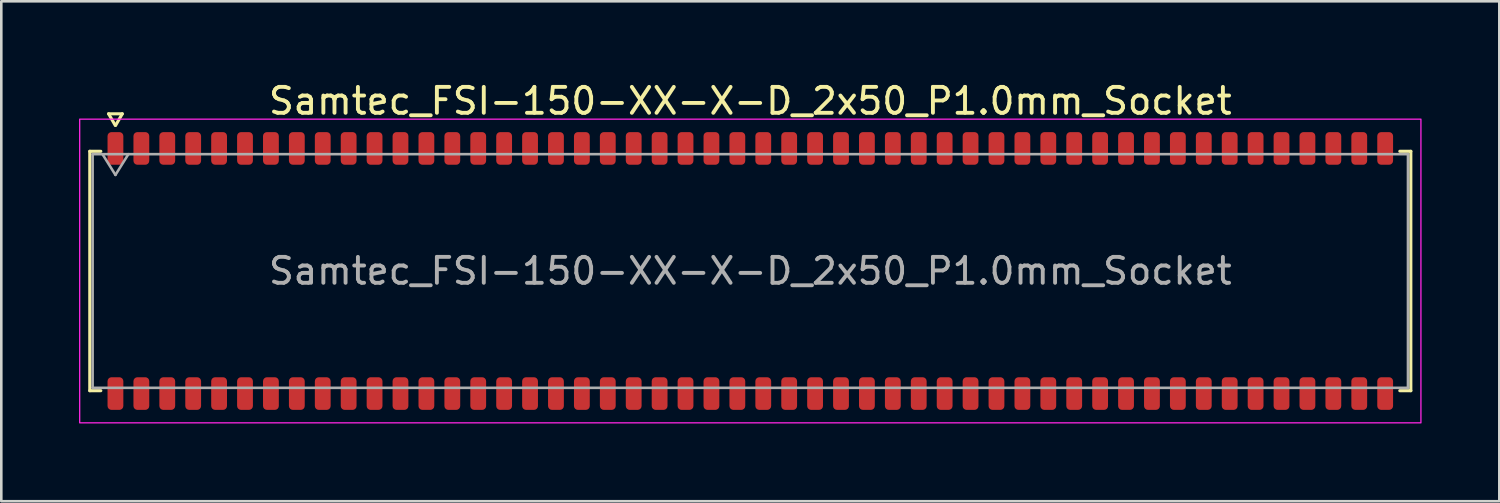
<source format=kicad_pcb>
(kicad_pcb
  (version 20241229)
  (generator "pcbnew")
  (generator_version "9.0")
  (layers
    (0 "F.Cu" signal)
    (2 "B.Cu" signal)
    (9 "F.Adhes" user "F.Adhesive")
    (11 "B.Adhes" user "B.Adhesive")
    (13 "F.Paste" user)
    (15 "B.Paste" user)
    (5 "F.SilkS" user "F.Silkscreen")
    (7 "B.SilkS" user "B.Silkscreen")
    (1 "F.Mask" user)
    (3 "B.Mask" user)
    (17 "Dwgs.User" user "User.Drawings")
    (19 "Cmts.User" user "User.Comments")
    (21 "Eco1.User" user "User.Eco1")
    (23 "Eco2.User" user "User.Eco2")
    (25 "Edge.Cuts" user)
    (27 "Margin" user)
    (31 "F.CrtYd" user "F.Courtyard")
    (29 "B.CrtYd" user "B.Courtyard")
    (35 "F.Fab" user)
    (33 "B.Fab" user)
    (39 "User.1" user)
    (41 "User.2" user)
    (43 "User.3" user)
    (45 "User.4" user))
  (footprint "Samtec_FSI-150-XX-X-D_2x50_P1.0mm_Socket"
    (layer "F.Cu")
    (at 25.905 7.408)
    (property "Reference" "Samtec_FSI-150-XX-X-D_2x50_P1.0mm_Socket" (at 0 -6.56 0) (layer "F.SilkS") (effects (font (size 1 1) (thickness 0.15))))
    (attr smd)
    (fp_line (start -25.49 -4.619) (end -25.065 -4.619) (stroke (width 0.12) (type solid)) (layer "F.SilkS"))
    (fp_line (start -25.49 4.619) (end -25.49 -4.619) (stroke (width 0.12) (type solid)) (layer "F.SilkS"))
    (fp_line (start -25.065 4.619) (end -25.49 4.619) (stroke (width 0.12) (type solid)) (layer "F.SilkS"))
    (fp_line (start -24.764 -6.066) (end -24.507 -5.62) (stroke (width 0.12) (type solid)) (layer "F.SilkS"))
    (fp_line (start -24.493 -5.62) (end -24.236 -6.066) (stroke (width 0.12) (type solid)) (layer "F.SilkS"))
    (fp_line (start -24.236 -6.066) (end -24.764 -6.066) (stroke (width 0.12) (type solid)) (layer "F.SilkS"))
    (fp_line (start 25.065 -4.619) (end 25.49 -4.619) (stroke (width 0.12) (type solid)) (layer "F.SilkS"))
    (fp_line (start 25.49 -4.619) (end 25.49 4.619) (stroke (width 0.12) (type solid)) (layer "F.SilkS"))
    (fp_line (start 25.49 4.619) (end 25.065 4.619) (stroke (width 0.12) (type solid)) (layer "F.SilkS"))
    (fp_rect (start -25.88 -5.86) (end 25.88 5.86) (stroke (width 0.05) (type solid)) (fill no) (layer "F.CrtYd"))
    (fp_line (start -25.38 -4.508) (end 25.38 -4.508) (stroke (width 0.1) (type solid)) (layer "F.Fab"))
    (fp_line (start -25.38 4.508) (end -25.38 -4.508) (stroke (width 0.1) (type solid)) (layer "F.Fab"))
    (fp_line (start -25 -4.508) (end -24.5 -3.708) (stroke (width 0.1) (type solid)) (layer "F.Fab"))
    (fp_line (start -24.5 -3.708) (end -24 -4.508) (stroke (width 0.1) (type solid)) (layer "F.Fab"))
    (fp_line (start 25.38 -4.508) (end 25.38 4.508) (stroke (width 0.1) (type solid)) (layer "F.Fab"))
    (fp_line (start 25.38 4.508) (end -25.38 4.508) (stroke (width 0.1) (type solid)) (layer "F.Fab"))
    (fp_text user "${REFERENCE}" (at 0 0 0) (layer "F.Fab") (effects (font (size 1 1) (thickness 0.15))))
    (pad "1" smd roundrect (at -24.5 -4.73) (size 0.61 1.26) (layers "F.Cu" "F.Mask" "F.Paste") (roundrect_rratio 0.25))
    (pad "2" smd roundrect (at -24.5 4.73) (size 0.61 1.26) (layers "F.Cu" "F.Mask" "F.Paste") (roundrect_rratio 0.25))
    (pad "3" smd roundrect (at -23.5 -4.73) (size 0.61 1.26) (layers "F.Cu" "F.Mask" "F.Paste") (roundrect_rratio 0.25))
    (pad "4" smd roundrect (at -23.5 4.73) (size 0.61 1.26) (layers "F.Cu" "F.Mask" "F.Paste") (roundrect_rratio 0.25))
    (pad "5" smd roundrect (at -22.5 -4.73) (size 0.61 1.26) (layers "F.Cu" "F.Mask" "F.Paste") (roundrect_rratio 0.25))
    (pad "6" smd roundrect (at -22.5 4.73) (size 0.61 1.26) (layers "F.Cu" "F.Mask" "F.Paste") (roundrect_rratio 0.25))
    (pad "7" smd roundrect (at -21.5 -4.73) (size 0.61 1.26) (layers "F.Cu" "F.Mask" "F.Paste") (roundrect_rratio 0.25))
    (pad "8" smd roundrect (at -21.5 4.73) (size 0.61 1.26) (layers "F.Cu" "F.Mask" "F.Paste") (roundrect_rratio 0.25))
    (pad "9" smd roundrect (at -20.5 -4.73) (size 0.61 1.26) (layers "F.Cu" "F.Mask" "F.Paste") (roundrect_rratio 0.25))
    (pad "10" smd roundrect (at -20.5 4.73) (size 0.61 1.26) (layers "F.Cu" "F.Mask" "F.Paste") (roundrect_rratio 0.25))
    (pad "11" smd roundrect (at -19.5 -4.73) (size 0.61 1.26) (layers "F.Cu" "F.Mask" "F.Paste") (roundrect_rratio 0.25))
    (pad "12" smd roundrect (at -19.5 4.73) (size 0.61 1.26) (layers "F.Cu" "F.Mask" "F.Paste") (roundrect_rratio 0.25))
    (pad "13" smd roundrect (at -18.5 -4.73) (size 0.61 1.26) (layers "F.Cu" "F.Mask" "F.Paste") (roundrect_rratio 0.25))
    (pad "14" smd roundrect (at -18.5 4.73) (size 0.61 1.26) (layers "F.Cu" "F.Mask" "F.Paste") (roundrect_rratio 0.25))
    (pad "15" smd roundrect (at -17.5 -4.73) (size 0.61 1.26) (layers "F.Cu" "F.Mask" "F.Paste") (roundrect_rratio 0.25))
    (pad "16" smd roundrect (at -17.5 4.73) (size 0.61 1.26) (layers "F.Cu" "F.Mask" "F.Paste") (roundrect_rratio 0.25))
    (pad "17" smd roundrect (at -16.5 -4.73) (size 0.61 1.26) (layers "F.Cu" "F.Mask" "F.Paste") (roundrect_rratio 0.25))
    (pad "18" smd roundrect (at -16.5 4.73) (size 0.61 1.26) (layers "F.Cu" "F.Mask" "F.Paste") (roundrect_rratio 0.25))
    (pad "19" smd roundrect (at -15.5 -4.73) (size 0.61 1.26) (layers "F.Cu" "F.Mask" "F.Paste") (roundrect_rratio 0.25))
    (pad "20" smd roundrect (at -15.5 4.73) (size 0.61 1.26) (layers "F.Cu" "F.Mask" "F.Paste") (roundrect_rratio 0.25))
    (pad "21" smd roundrect (at -14.5 -4.73) (size 0.61 1.26) (layers "F.Cu" "F.Mask" "F.Paste") (roundrect_rratio 0.25))
    (pad "22" smd roundrect (at -14.5 4.73) (size 0.61 1.26) (layers "F.Cu" "F.Mask" "F.Paste") (roundrect_rratio 0.25))
    (pad "23" smd roundrect (at -13.5 -4.73) (size 0.61 1.26) (layers "F.Cu" "F.Mask" "F.Paste") (roundrect_rratio 0.25))
    (pad "24" smd roundrect (at -13.5 4.73) (size 0.61 1.26) (layers "F.Cu" "F.Mask" "F.Paste") (roundrect_rratio 0.25))
    (pad "25" smd roundrect (at -12.5 -4.73) (size 0.61 1.26) (layers "F.Cu" "F.Mask" "F.Paste") (roundrect_rratio 0.25))
    (pad "26" smd roundrect (at -12.5 4.73) (size 0.61 1.26) (layers "F.Cu" "F.Mask" "F.Paste") (roundrect_rratio 0.25))
    (pad "27" smd roundrect (at -11.5 -4.73) (size 0.61 1.26) (layers "F.Cu" "F.Mask" "F.Paste") (roundrect_rratio 0.25))
    (pad "28" smd roundrect (at -11.5 4.73) (size 0.61 1.26) (layers "F.Cu" "F.Mask" "F.Paste") (roundrect_rratio 0.25))
    (pad "29" smd roundrect (at -10.5 -4.73) (size 0.61 1.26) (layers "F.Cu" "F.Mask" "F.Paste") (roundrect_rratio 0.25))
    (pad "30" smd roundrect (at -10.5 4.73) (size 0.61 1.26) (layers "F.Cu" "F.Mask" "F.Paste") (roundrect_rratio 0.25))
    (pad "31" smd roundrect (at -9.5 -4.73) (size 0.61 1.26) (layers "F.Cu" "F.Mask" "F.Paste") (roundrect_rratio 0.25))
    (pad "32" smd roundrect (at -9.5 4.73) (size 0.61 1.26) (layers "F.Cu" "F.Mask" "F.Paste") (roundrect_rratio 0.25))
    (pad "33" smd roundrect (at -8.5 -4.73) (size 0.61 1.26) (layers "F.Cu" "F.Mask" "F.Paste") (roundrect_rratio 0.25))
    (pad "34" smd roundrect (at -8.5 4.73) (size 0.61 1.26) (layers "F.Cu" "F.Mask" "F.Paste") (roundrect_rratio 0.25))
    (pad "35" smd roundrect (at -7.5 -4.73) (size 0.61 1.26) (layers "F.Cu" "F.Mask" "F.Paste") (roundrect_rratio 0.25))
    (pad "36" smd roundrect (at -7.5 4.73) (size 0.61 1.26) (layers "F.Cu" "F.Mask" "F.Paste") (roundrect_rratio 0.25))
    (pad "37" smd roundrect (at -6.5 -4.73) (size 0.61 1.26) (layers "F.Cu" "F.Mask" "F.Paste") (roundrect_rratio 0.25))
    (pad "38" smd roundrect (at -6.5 4.73) (size 0.61 1.26) (layers "F.Cu" "F.Mask" "F.Paste") (roundrect_rratio 0.25))
    (pad "39" smd roundrect (at -5.5 -4.73) (size 0.61 1.26) (layers "F.Cu" "F.Mask" "F.Paste") (roundrect_rratio 0.25))
    (pad "40" smd roundrect (at -5.5 4.73) (size 0.61 1.26) (layers "F.Cu" "F.Mask" "F.Paste") (roundrect_rratio 0.25))
    (pad "41" smd roundrect (at -4.5 -4.73) (size 0.61 1.26) (layers "F.Cu" "F.Mask" "F.Paste") (roundrect_rratio 0.25))
    (pad "42" smd roundrect (at -4.5 4.73) (size 0.61 1.26) (layers "F.Cu" "F.Mask" "F.Paste") (roundrect_rratio 0.25))
    (pad "43" smd roundrect (at -3.5 -4.73) (size 0.61 1.26) (layers "F.Cu" "F.Mask" "F.Paste") (roundrect_rratio 0.25))
    (pad "44" smd roundrect (at -3.5 4.73) (size 0.61 1.26) (layers "F.Cu" "F.Mask" "F.Paste") (roundrect_rratio 0.25))
    (pad "45" smd roundrect (at -2.5 -4.73) (size 0.61 1.26) (layers "F.Cu" "F.Mask" "F.Paste") (roundrect_rratio 0.25))
    (pad "46" smd roundrect (at -2.5 4.73) (size 0.61 1.26) (layers "F.Cu" "F.Mask" "F.Paste") (roundrect_rratio 0.25))
    (pad "47" smd roundrect (at -1.5 -4.73) (size 0.61 1.26) (layers "F.Cu" "F.Mask" "F.Paste") (roundrect_rratio 0.25))
    (pad "48" smd roundrect (at -1.5 4.73) (size 0.61 1.26) (layers "F.Cu" "F.Mask" "F.Paste") (roundrect_rratio 0.25))
    (pad "49" smd roundrect (at -0.5 -4.73) (size 0.61 1.26) (layers "F.Cu" "F.Mask" "F.Paste") (roundrect_rratio 0.25))
    (pad "50" smd roundrect (at -0.5 4.73) (size 0.61 1.26) (layers "F.Cu" "F.Mask" "F.Paste") (roundrect_rratio 0.25))
    (pad "51" smd roundrect (at 0.5 -4.73) (size 0.61 1.26) (layers "F.Cu" "F.Mask" "F.Paste") (roundrect_rratio 0.25))
    (pad "52" smd roundrect (at 0.5 4.73) (size 0.61 1.26) (layers "F.Cu" "F.Mask" "F.Paste") (roundrect_rratio 0.25))
    (pad "53" smd roundrect (at 1.5 -4.73) (size 0.61 1.26) (layers "F.Cu" "F.Mask" "F.Paste") (roundrect_rratio 0.25))
    (pad "54" smd roundrect (at 1.5 4.73) (size 0.61 1.26) (layers "F.Cu" "F.Mask" "F.Paste") (roundrect_rratio 0.25))
    (pad "55" smd roundrect (at 2.5 -4.73) (size 0.61 1.26) (layers "F.Cu" "F.Mask" "F.Paste") (roundrect_rratio 0.25))
    (pad "56" smd roundrect (at 2.5 4.73) (size 0.61 1.26) (layers "F.Cu" "F.Mask" "F.Paste") (roundrect_rratio 0.25))
    (pad "57" smd roundrect (at 3.5 -4.73) (size 0.61 1.26) (layers "F.Cu" "F.Mask" "F.Paste") (roundrect_rratio 0.25))
    (pad "58" smd roundrect (at 3.5 4.73) (size 0.61 1.26) (layers "F.Cu" "F.Mask" "F.Paste") (roundrect_rratio 0.25))
    (pad "59" smd roundrect (at 4.5 -4.73) (size 0.61 1.26) (layers "F.Cu" "F.Mask" "F.Paste") (roundrect_rratio 0.25))
    (pad "60" smd roundrect (at 4.5 4.73) (size 0.61 1.26) (layers "F.Cu" "F.Mask" "F.Paste") (roundrect_rratio 0.25))
    (pad "61" smd roundrect (at 5.5 -4.73) (size 0.61 1.26) (layers "F.Cu" "F.Mask" "F.Paste") (roundrect_rratio 0.25))
    (pad "62" smd roundrect (at 5.5 4.73) (size 0.61 1.26) (layers "F.Cu" "F.Mask" "F.Paste") (roundrect_rratio 0.25))
    (pad "63" smd roundrect (at 6.5 -4.73) (size 0.61 1.26) (layers "F.Cu" "F.Mask" "F.Paste") (roundrect_rratio 0.25))
    (pad "64" smd roundrect (at 6.5 4.73) (size 0.61 1.26) (layers "F.Cu" "F.Mask" "F.Paste") (roundrect_rratio 0.25))
    (pad "65" smd roundrect (at 7.5 -4.73) (size 0.61 1.26) (layers "F.Cu" "F.Mask" "F.Paste") (roundrect_rratio 0.25))
    (pad "66" smd roundrect (at 7.5 4.73) (size 0.61 1.26) (layers "F.Cu" "F.Mask" "F.Paste") (roundrect_rratio 0.25))
    (pad "67" smd roundrect (at 8.5 -4.73) (size 0.61 1.26) (layers "F.Cu" "F.Mask" "F.Paste") (roundrect_rratio 0.25))
    (pad "68" smd roundrect (at 8.5 4.73) (size 0.61 1.26) (layers "F.Cu" "F.Mask" "F.Paste") (roundrect_rratio 0.25))
    (pad "69" smd roundrect (at 9.5 -4.73) (size 0.61 1.26) (layers "F.Cu" "F.Mask" "F.Paste") (roundrect_rratio 0.25))
    (pad "70" smd roundrect (at 9.5 4.73) (size 0.61 1.26) (layers "F.Cu" "F.Mask" "F.Paste") (roundrect_rratio 0.25))
    (pad "71" smd roundrect (at 10.5 -4.73) (size 0.61 1.26) (layers "F.Cu" "F.Mask" "F.Paste") (roundrect_rratio 0.25))
    (pad "72" smd roundrect (at 10.5 4.73) (size 0.61 1.26) (layers "F.Cu" "F.Mask" "F.Paste") (roundrect_rratio 0.25))
    (pad "73" smd roundrect (at 11.5 -4.73) (size 0.61 1.26) (layers "F.Cu" "F.Mask" "F.Paste") (roundrect_rratio 0.25))
    (pad "74" smd roundrect (at 11.5 4.73) (size 0.61 1.26) (layers "F.Cu" "F.Mask" "F.Paste") (roundrect_rratio 0.25))
    (pad "75" smd roundrect (at 12.5 -4.73) (size 0.61 1.26) (layers "F.Cu" "F.Mask" "F.Paste") (roundrect_rratio 0.25))
    (pad "76" smd roundrect (at 12.5 4.73) (size 0.61 1.26) (layers "F.Cu" "F.Mask" "F.Paste") (roundrect_rratio 0.25))
    (pad "77" smd roundrect (at 13.5 -4.73) (size 0.61 1.26) (layers "F.Cu" "F.Mask" "F.Paste") (roundrect_rratio 0.25))
    (pad "78" smd roundrect (at 13.5 4.73) (size 0.61 1.26) (layers "F.Cu" "F.Mask" "F.Paste") (roundrect_rratio 0.25))
    (pad "79" smd roundrect (at 14.5 -4.73) (size 0.61 1.26) (layers "F.Cu" "F.Mask" "F.Paste") (roundrect_rratio 0.25))
    (pad "80" smd roundrect (at 14.5 4.73) (size 0.61 1.26) (layers "F.Cu" "F.Mask" "F.Paste") (roundrect_rratio 0.25))
    (pad "81" smd roundrect (at 15.5 -4.73) (size 0.61 1.26) (layers "F.Cu" "F.Mask" "F.Paste") (roundrect_rratio 0.25))
    (pad "82" smd roundrect (at 15.5 4.73) (size 0.61 1.26) (layers "F.Cu" "F.Mask" "F.Paste") (roundrect_rratio 0.25))
    (pad "83" smd roundrect (at 16.5 -4.73) (size 0.61 1.26) (layers "F.Cu" "F.Mask" "F.Paste") (roundrect_rratio 0.25))
    (pad "84" smd roundrect (at 16.5 4.73) (size 0.61 1.26) (layers "F.Cu" "F.Mask" "F.Paste") (roundrect_rratio 0.25))
    (pad "85" smd roundrect (at 17.5 -4.73) (size 0.61 1.26) (layers "F.Cu" "F.Mask" "F.Paste") (roundrect_rratio 0.25))
    (pad "86" smd roundrect (at 17.5 4.73) (size 0.61 1.26) (layers "F.Cu" "F.Mask" "F.Paste") (roundrect_rratio 0.25))
    (pad "87" smd roundrect (at 18.5 -4.73) (size 0.61 1.26) (layers "F.Cu" "F.Mask" "F.Paste") (roundrect_rratio 0.25))
    (pad "88" smd roundrect (at 18.5 4.73) (size 0.61 1.26) (layers "F.Cu" "F.Mask" "F.Paste") (roundrect_rratio 0.25))
    (pad "89" smd roundrect (at 19.5 -4.73) (size 0.61 1.26) (layers "F.Cu" "F.Mask" "F.Paste") (roundrect_rratio 0.25))
    (pad "90" smd roundrect (at 19.5 4.73) (size 0.61 1.26) (layers "F.Cu" "F.Mask" "F.Paste") (roundrect_rratio 0.25))
    (pad "91" smd roundrect (at 20.5 -4.73) (size 0.61 1.26) (layers "F.Cu" "F.Mask" "F.Paste") (roundrect_rratio 0.25))
    (pad "92" smd roundrect (at 20.5 4.73) (size 0.61 1.26) (layers "F.Cu" "F.Mask" "F.Paste") (roundrect_rratio 0.25))
    (pad "93" smd roundrect (at 21.5 -4.73) (size 0.61 1.26) (layers "F.Cu" "F.Mask" "F.Paste") (roundrect_rratio 0.25))
    (pad "94" smd roundrect (at 21.5 4.73) (size 0.61 1.26) (layers "F.Cu" "F.Mask" "F.Paste") (roundrect_rratio 0.25))
    (pad "95" smd roundrect (at 22.5 -4.73) (size 0.61 1.26) (layers "F.Cu" "F.Mask" "F.Paste") (roundrect_rratio 0.25))
    (pad "96" smd roundrect (at 22.5 4.73) (size 0.61 1.26) (layers "F.Cu" "F.Mask" "F.Paste") (roundrect_rratio 0.25))
    (pad "97" smd roundrect (at 23.5 -4.73) (size 0.61 1.26) (layers "F.Cu" "F.Mask" "F.Paste") (roundrect_rratio 0.25))
    (pad "98" smd roundrect (at 23.5 4.73) (size 0.61 1.26) (layers "F.Cu" "F.Mask" "F.Paste") (roundrect_rratio 0.25))
    (pad "99" smd roundrect (at 24.5 -4.73) (size 0.61 1.26) (layers "F.Cu" "F.Mask" "F.Paste") (roundrect_rratio 0.25))
    (pad "100" smd roundrect (at 24.5 4.73) (size 0.61 1.26) (layers "F.Cu" "F.Mask" "F.Paste") (roundrect_rratio 0.25)))
  (gr_rect
    (start -3 -3)
    (end 54.81 16.293)
    (stroke (width 0.1) (type default))
    (fill no)
    (layer "Edge.Cuts")))
</source>
